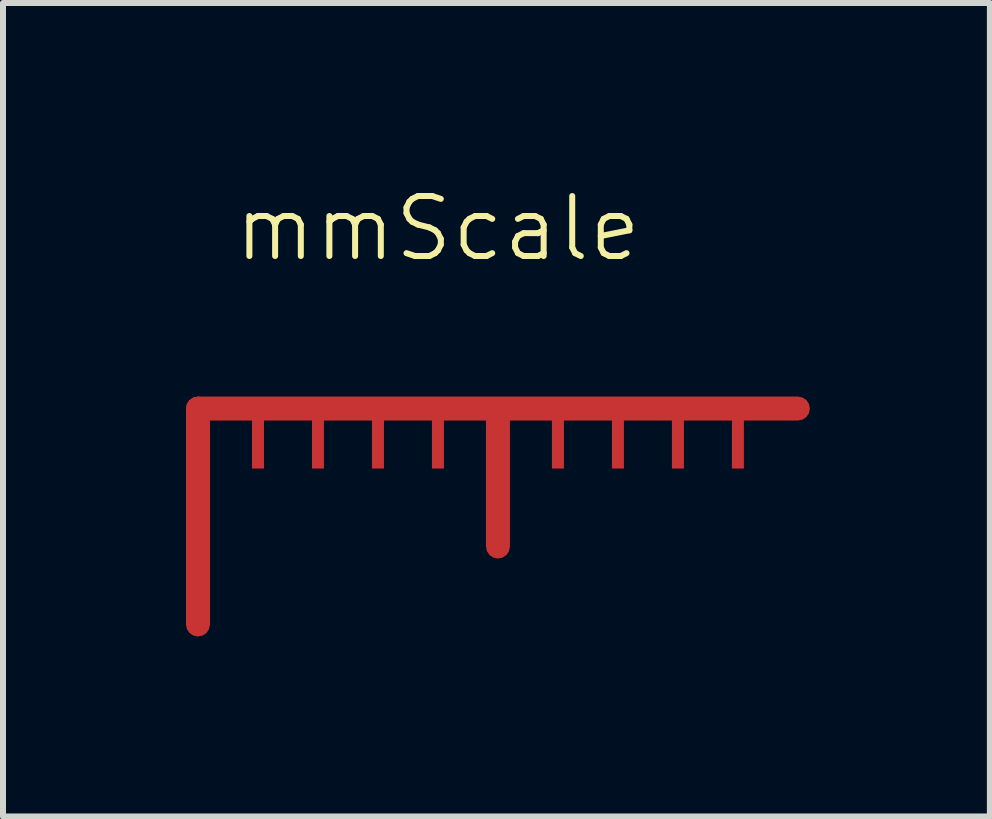
<source format=kicad_pcb>
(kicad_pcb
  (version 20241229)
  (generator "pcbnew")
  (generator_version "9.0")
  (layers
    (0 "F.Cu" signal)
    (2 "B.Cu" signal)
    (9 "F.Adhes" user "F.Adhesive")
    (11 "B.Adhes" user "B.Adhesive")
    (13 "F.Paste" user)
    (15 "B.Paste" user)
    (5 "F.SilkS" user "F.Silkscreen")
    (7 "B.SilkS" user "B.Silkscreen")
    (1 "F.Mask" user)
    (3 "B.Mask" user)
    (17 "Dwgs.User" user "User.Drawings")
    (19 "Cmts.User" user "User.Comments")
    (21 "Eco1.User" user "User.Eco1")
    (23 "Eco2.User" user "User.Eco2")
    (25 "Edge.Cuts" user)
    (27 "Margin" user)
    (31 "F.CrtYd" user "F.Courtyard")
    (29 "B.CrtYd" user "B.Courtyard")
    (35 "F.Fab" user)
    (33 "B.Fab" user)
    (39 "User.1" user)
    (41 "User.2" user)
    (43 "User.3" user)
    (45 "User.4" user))
  (footprint "mmScale"
    (layer "F.Cu")
    (at 0.25 3.76)
    (property "Reference" "mmScale" (at 4 -3 0) (unlocked yes) (layer "F.SilkS") (effects (font (size 1 1) (thickness 0.1))))
    (attr smd)
    (pad "" smd roundrect (at 5 1.25) (size 0.4 2.5) (layers "F.Cu" "F.Mask") (roundrect_rratio 0.5))
    (pad "1" smd roundrect (at 0 1.8) (size 0.4 4) (layers "F.Cu" "F.Mask") (roundrect_rratio 0.5))
    (pad "1" smd rect (at 1 0.5) (size 0.2 1) (layers "F.Cu" "F.Mask"))
    (pad "1" smd rect (at 2 0.5) (size 0.2 1) (layers "F.Cu" "F.Mask"))
    (pad "1" smd rect (at 3 0.5) (size 0.2 1) (layers "F.Cu" "F.Mask"))
    (pad "1" smd rect (at 4 0.5) (size 0.2 1) (layers "F.Cu" "F.Mask"))
    (pad "1" smd roundrect (at 5 0 90) (size 0.4 10.4) (layers "F.Cu" "F.Mask") (roundrect_rratio 0.5))
    (pad "1" smd rect (at 6 0.5) (size 0.2 1) (layers "F.Cu" "F.Mask"))
    (pad "1" smd rect (at 7 0.5) (size 0.2 1) (layers "F.Cu" "F.Mask"))
    (pad "1" smd rect (at 8 0.5) (size 0.2 1) (layers "F.Cu" "F.Mask"))
    (pad "1" smd rect (at 9 0.5) (size 0.2 1) (layers "F.Cu" "F.Mask")))
  (gr_rect
    (start -3 -3)
    (end 13.45 10.56)
    (stroke (width 0.1) (type default))
    (fill no)
    (layer "Edge.Cuts")))
</source>
